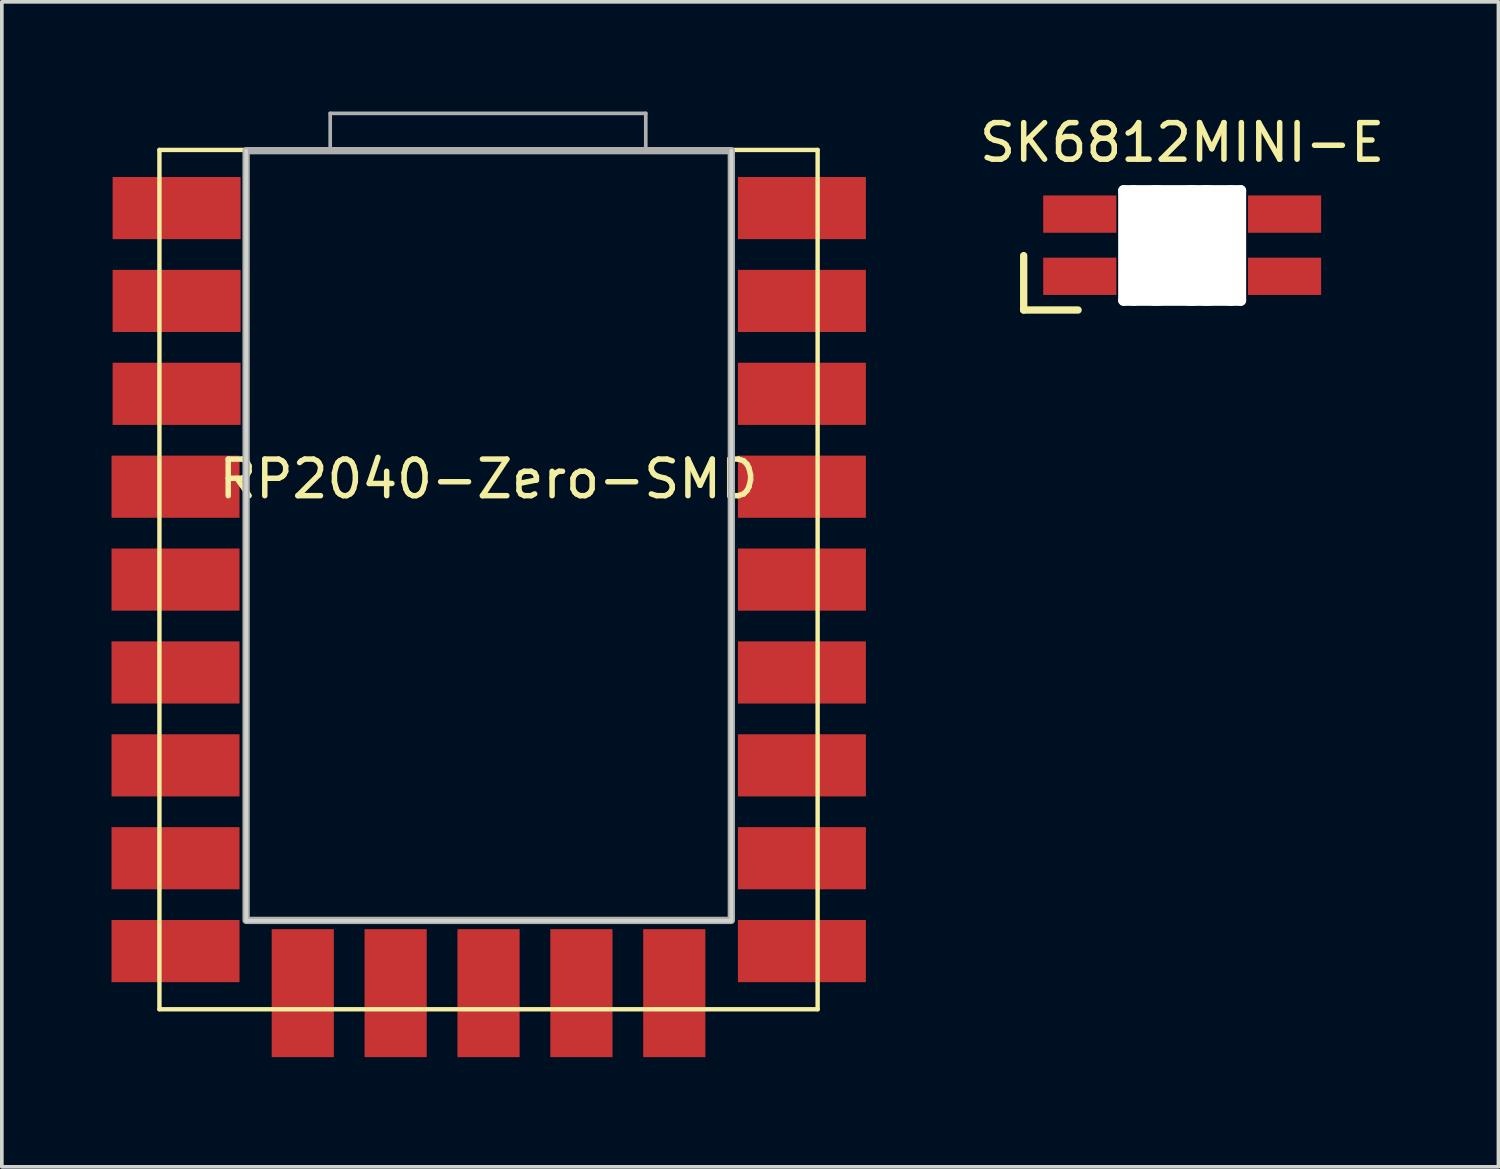
<source format=kicad_pcb>
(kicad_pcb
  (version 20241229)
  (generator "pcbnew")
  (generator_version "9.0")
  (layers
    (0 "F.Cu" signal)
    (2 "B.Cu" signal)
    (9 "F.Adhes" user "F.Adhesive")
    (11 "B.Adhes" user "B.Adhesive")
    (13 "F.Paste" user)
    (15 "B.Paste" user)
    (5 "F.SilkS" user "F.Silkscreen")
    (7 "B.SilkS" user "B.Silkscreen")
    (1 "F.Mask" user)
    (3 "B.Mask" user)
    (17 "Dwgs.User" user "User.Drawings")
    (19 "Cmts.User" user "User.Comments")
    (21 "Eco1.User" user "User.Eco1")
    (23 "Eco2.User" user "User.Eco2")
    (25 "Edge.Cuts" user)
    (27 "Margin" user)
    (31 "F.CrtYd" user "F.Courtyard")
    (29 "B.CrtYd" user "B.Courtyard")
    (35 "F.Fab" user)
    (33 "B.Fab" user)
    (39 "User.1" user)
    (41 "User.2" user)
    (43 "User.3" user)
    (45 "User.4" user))
  (footprint "RP2040-Zero-SMD"
    (layer "F.Cu")
    (at 10.31 12.05)
    (property "Reference" "RP2040-Zero-SMD" (at 0 -2 0) (unlocked yes) (layer "F.SilkS") (effects (font (size 1 1) (thickness 0.15))))
    (attr smd)
    (fp_line (start -9 -11) (end -9 12.5) (stroke (width 0.12) (type solid)) (layer "F.SilkS"))
    (fp_line (start -9 12.5) (end 9 12.5) (stroke (width 0.12) (type solid)) (layer "F.SilkS"))
    (fp_line (start 9 -11) (end -9 -11) (stroke (width 0.12) (type solid)) (layer "F.SilkS"))
    (fp_line (start 9 12.5) (end 9 -11) (stroke (width 0.12) (type solid)) (layer "F.SilkS"))
    (fp_line (start -6.63 -10.98) (end -6.63 10.08) (stroke (width 0.1) (type solid)) (layer "Edge.Cuts"))
    (fp_line (start -6.63 10.08) (end 6.64 10.08) (stroke (width 0.1) (type solid)) (layer "Edge.Cuts"))
    (fp_line (start 6.64 -10.98) (end 6.64 10.08) (stroke (width 0.1) (type solid)) (layer "Edge.Cuts"))
    (fp_line (start -4.33 -12) (end -4.33 -11) (stroke (width 0.1) (type solid)) (layer "F.Fab"))
    (fp_line (start -4.33 -12) (end 4.3 -12) (stroke (width 0.1) (type solid)) (layer "F.Fab"))
    (fp_line (start 4.3 -12) (end 4.3 -11) (stroke (width 0.1) (type solid)) (layer "F.Fab"))
    (fp_rect (start -6.63 -10.98) (end 6.64 10.07) (stroke (width 0.2) (type solid)) (fill no) (layer "F.Fab"))
    (pad "0" smd rect (at 9.47 -9.41) (size 3.5 1.7) (drill (offset -0.9 0)) (layers "F.Cu" "F.Mask" "F.Paste"))
    (pad "1" smd rect (at 9.47 -6.87) (size 3.5 1.7) (drill (offset -0.9 0)) (layers "F.Cu" "F.Mask" "F.Paste"))
    (pad "2" smd rect (at 9.47 -4.33) (size 3.5 1.7) (drill (offset -0.9 0)) (layers "F.Cu" "F.Mask" "F.Paste"))
    (pad "3" smd rect (at 9.47 -1.79) (size 3.5 1.7) (drill (offset -0.9 0)) (layers "F.Cu" "F.Mask" "F.Paste"))
    (pad "4" smd rect (at 9.47 0.75) (size 3.5 1.7) (drill (offset -0.9 0)) (layers "F.Cu" "F.Mask" "F.Paste"))
    (pad "5" smd rect (at 9.47 3.29) (size 3.5 1.7) (drill (offset -0.9 0)) (layers "F.Cu" "F.Mask" "F.Paste"))
    (pad "6" smd rect (at 9.47 5.83) (size 3.5 1.7) (drill (offset -0.9 0)) (layers "F.Cu" "F.Mask" "F.Paste"))
    (pad "7" smd rect (at 9.47 8.37) (size 3.5 1.7) (drill (offset -0.9 0)) (layers "F.Cu" "F.Mask" "F.Paste"))
    (pad "8" smd rect (at 9.47 10.91) (size 3.5 1.7) (drill (offset -0.9 0)) (layers "F.Cu" "F.Mask" "F.Paste"))
    (pad "9" smd rect (at 5.08 12.96 270) (size 3.5 1.7) (drill (offset -0.9 0)) (layers "F.Cu" "F.Mask" "F.Paste"))
    (pad "10" smd rect (at 2.54 12.96 270) (size 3.5 1.7) (drill (offset -0.9 0)) (layers "F.Cu" "F.Mask" "F.Paste"))
    (pad "11" smd rect (at 0 12.96 270) (size 3.5 1.7) (drill (offset -0.9 0)) (layers "F.Cu" "F.Mask" "F.Paste"))
    (pad "12" smd rect (at -2.54 12.96 270) (size 3.5 1.7) (drill (offset -0.9 0)) (layers "F.Cu" "F.Mask" "F.Paste"))
    (pad "13" smd rect (at -5.08 12.96 270) (size 3.5 1.7) (drill (offset -0.9 0)) (layers "F.Cu" "F.Mask" "F.Paste"))
    (pad "14" smd rect (at -9.46 10.91 180) (size 3.5 1.7) (drill (offset -0.9 0)) (layers "F.Cu" "F.Mask" "F.Paste"))
    (pad "15" smd rect (at -9.46 8.37 180) (size 3.5 1.7) (drill (offset -0.9 0)) (layers "F.Cu" "F.Mask" "F.Paste"))
    (pad "26" smd rect (at -9.46 5.83 180) (size 3.5 1.7) (drill (offset -0.9 0)) (layers "F.Cu" "F.Mask" "F.Paste"))
    (pad "27" smd rect (at -9.46 3.29 180) (size 3.5 1.7) (drill (offset -0.9 0)) (layers "F.Cu" "F.Mask" "F.Paste"))
    (pad "28" smd rect (at -9.46 0.75 180) (size 3.5 1.7) (drill (offset -0.9 0)) (layers "F.Cu" "F.Mask" "F.Paste"))
    (pad "29" smd rect (at -9.46 -1.79 180) (size 3.5 1.7) (drill (offset -0.9 0)) (layers "F.Cu" "F.Mask" "F.Paste"))
    (pad "30" smd rect (at -9.43 -4.33 180) (size 3.5 1.7) (drill (offset -0.9 0)) (layers "F.Cu" "F.Mask" "F.Paste"))
    (pad "31" smd rect (at -9.43 -6.87 180) (size 3.5 1.7) (drill (offset -0.9 0)) (layers "F.Cu" "F.Mask" "F.Paste"))
    (pad "32" smd rect (at -9.43 -9.41 180) (size 3.5 1.7) (drill (offset -0.9 0)) (layers "F.Cu" "F.Mask" "F.Paste")))
  (footprint "SK6812MINI-E"
    (layer "F.Cu")
    (at 29.279 0.738)
    (property "Reference" "SK6812MINI-E" (at 0 0.11 0) (layer "F.SilkS") (effects (font (size 1 1) (thickness 0.15))))
    (attr smd)
    (fp_line (start -4.334 3.202) (end -4.334 4.69) (stroke (width 0.2) (type solid)) (layer "F.SilkS"))
    (fp_line (start -4.334 4.69) (end -2.846 4.69) (stroke (width 0.2) (type solid)) (layer "F.SilkS"))
    (pad "" np_thru_hole oval (at -1.6 2.925) (size 0.3 3.3) (drill oval 0.3 3.3) (layers "*.Cu" "*.Mask"))
    (pad "" np_thru_hole oval (at -1.325 2.925) (size 0.5 3.3) (drill oval 0.5 3.3) (layers "*.Cu" "*.Mask"))
    (pad "" np_thru_hole oval (at -0.7 2.925) (size 1.5 3.3) (drill oval 1.5 3.3) (layers "*.Cu" "*.Mask"))
    (pad "" np_thru_hole oval (at 0 1.425 90) (size 0.3 3.5) (drill oval 0.3 3.5) (layers "*.Cu" "*.Mask"))
    (pad "" np_thru_hole oval (at 0 4.425 90) (size 0.3 3.5) (drill oval 0.3 3.5) (layers "*.Cu" "*.Mask"))
    (pad "" np_thru_hole oval (at 0.25 2.925) (size 1.5 3.3) (drill oval 1.5 3.3) (layers "*.Cu" "*.Mask"))
    (pad "" np_thru_hole oval (at 0.675 2.925) (size 1.5 3.3) (drill oval 1.5 3.3) (layers "*.Cu" "*.Mask"))
    (pad "" np_thru_hole oval (at 1.325 2.925) (size 0.5 3.3) (drill oval 0.5 3.3) (layers "*.Cu" "*.Mask"))
    (pad "" np_thru_hole oval (at 1.6 2.925) (size 0.3 3.3) (drill oval 0.3 3.3) (layers "*.Cu" "*.Mask"))
    (pad "1" smd rect (at 2.8 2.067) (size 2 1.02) (layers "F.Cu" "F.Mask" "F.Paste"))
    (pad "2" smd rect (at 2.8 3.768) (size 2 1.02) (layers "F.Cu" "F.Mask" "F.Paste"))
    (pad "3" smd rect (at -2.8 3.768) (size 2 1.02) (layers "F.Cu" "F.Mask" "F.Paste"))
    (pad "4" smd rect (at -2.8 2.067) (size 2 1.02) (layers "F.Cu" "F.Mask" "F.Paste")))
  (gr_rect
    (start -3 -3)
    (end 37.928 28.86)
    (stroke (width 0.1) (type default))
    (fill no)
    (layer "Edge.Cuts")))
</source>
